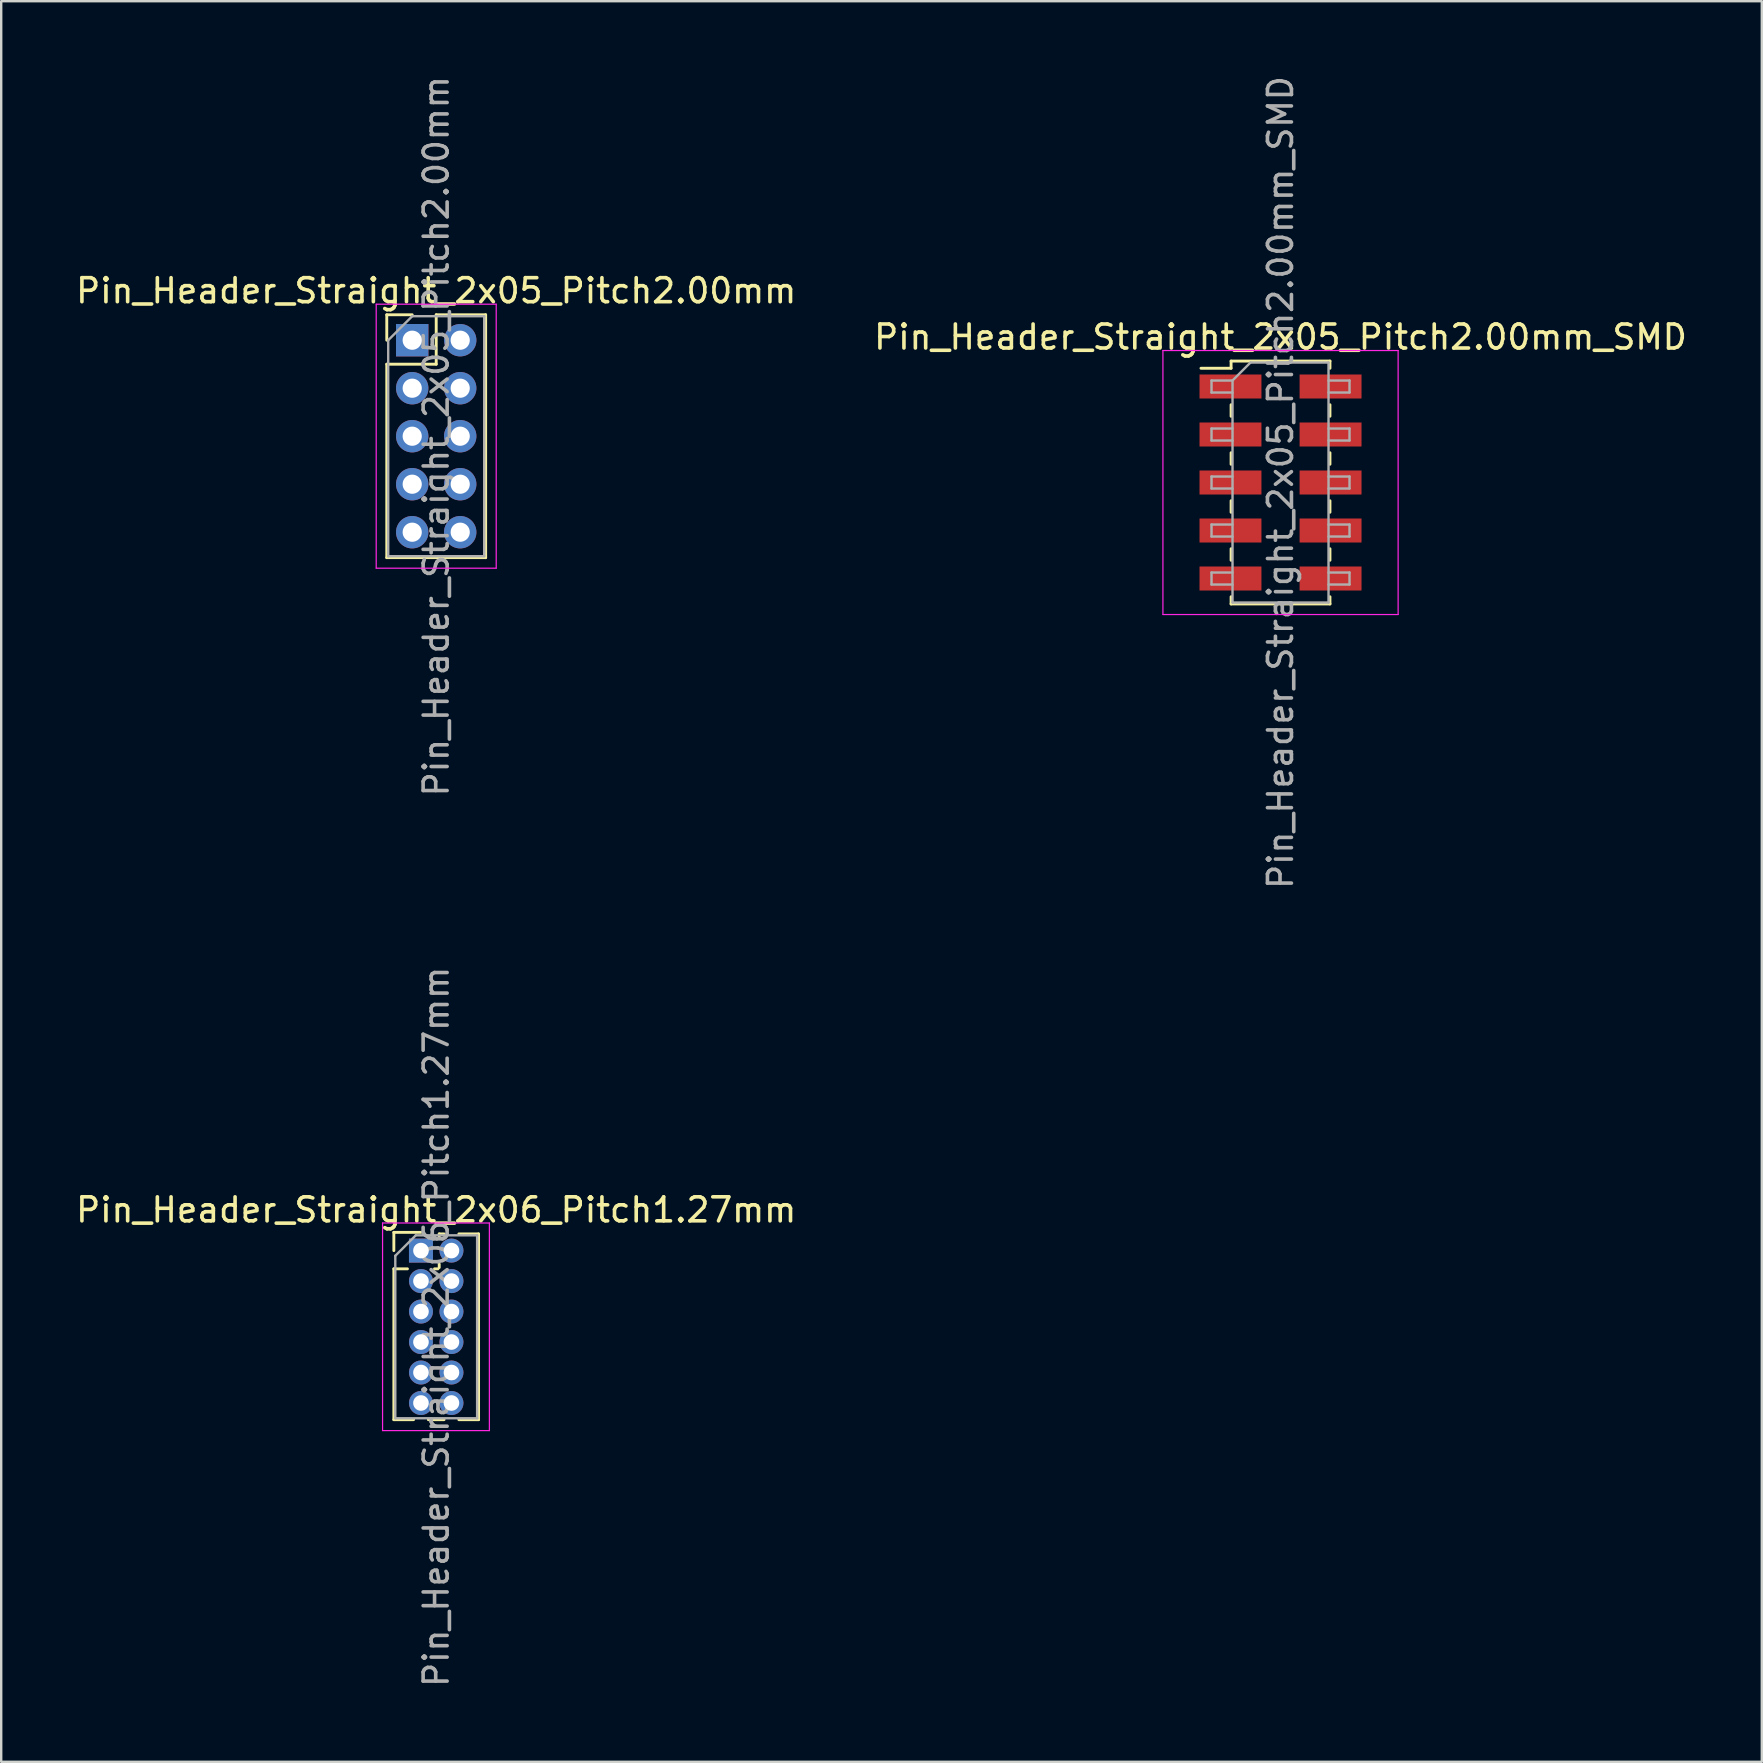
<source format=kicad_pcb>
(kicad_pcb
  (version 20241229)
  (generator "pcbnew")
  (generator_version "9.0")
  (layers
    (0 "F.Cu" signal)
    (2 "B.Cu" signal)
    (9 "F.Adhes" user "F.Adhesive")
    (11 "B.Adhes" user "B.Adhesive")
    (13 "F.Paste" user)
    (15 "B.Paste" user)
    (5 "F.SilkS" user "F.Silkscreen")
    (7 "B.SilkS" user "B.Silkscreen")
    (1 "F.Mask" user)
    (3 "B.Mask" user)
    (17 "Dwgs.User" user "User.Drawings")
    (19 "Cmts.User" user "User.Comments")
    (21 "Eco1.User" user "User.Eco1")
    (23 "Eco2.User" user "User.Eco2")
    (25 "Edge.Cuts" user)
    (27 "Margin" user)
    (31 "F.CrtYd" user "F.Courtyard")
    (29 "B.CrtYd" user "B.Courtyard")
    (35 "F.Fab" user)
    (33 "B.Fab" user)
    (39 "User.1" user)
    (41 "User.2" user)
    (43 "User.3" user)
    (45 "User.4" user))
  (footprint "Pin_Header_Straight_2x05_Pitch2.00mm_SMD"
    (layer "F.Cu")
    (at 50.304 17.054)
    (property "Reference" "Pin_Header_Straight_2x05_Pitch2.00mm_SMD" (at 0 -6.06 0) (layer "F.SilkS") (effects (font (size 1 1) (thickness 0.15))))
    (attr smd)
    (fp_line (start -3.315 -4.76) (end -2.06 -4.76) (stroke (width 0.12) (type solid)) (layer "F.SilkS"))
    (fp_line (start -2.06 -5.06) (end -2.06 -4.76) (stroke (width 0.12) (type solid)) (layer "F.SilkS"))
    (fp_line (start -2.06 -5.06) (end 2.06 -5.06) (stroke (width 0.12) (type solid)) (layer "F.SilkS"))
    (fp_line (start -2.06 -3.24) (end -2.06 -2.76) (stroke (width 0.12) (type solid)) (layer "F.SilkS"))
    (fp_line (start -2.06 -1.24) (end -2.06 -0.76) (stroke (width 0.12) (type solid)) (layer "F.SilkS"))
    (fp_line (start -2.06 0.76) (end -2.06 1.24) (stroke (width 0.12) (type solid)) (layer "F.SilkS"))
    (fp_line (start -2.06 2.76) (end -2.06 3.24) (stroke (width 0.12) (type solid)) (layer "F.SilkS"))
    (fp_line (start -2.06 4.76) (end -2.06 5.06) (stroke (width 0.12) (type solid)) (layer "F.SilkS"))
    (fp_line (start -2.06 5.06) (end 2.06 5.06) (stroke (width 0.12) (type solid)) (layer "F.SilkS"))
    (fp_line (start 2.06 -5.06) (end 2.06 -4.76) (stroke (width 0.12) (type solid)) (layer "F.SilkS"))
    (fp_line (start 2.06 -3.24) (end 2.06 -2.76) (stroke (width 0.12) (type solid)) (layer "F.SilkS"))
    (fp_line (start 2.06 -1.24) (end 2.06 -0.76) (stroke (width 0.12) (type solid)) (layer "F.SilkS"))
    (fp_line (start 2.06 0.76) (end 2.06 1.24) (stroke (width 0.12) (type solid)) (layer "F.SilkS"))
    (fp_line (start 2.06 2.76) (end 2.06 3.24) (stroke (width 0.12) (type solid)) (layer "F.SilkS"))
    (fp_line (start 2.06 4.76) (end 2.06 5.06) (stroke (width 0.12) (type solid)) (layer "F.SilkS"))
    (fp_line (start -4.9 -5.5) (end -4.9 5.5) (stroke (width 0.05) (type solid)) (layer "F.CrtYd"))
    (fp_line (start -4.9 5.5) (end 4.9 5.5) (stroke (width 0.05) (type solid)) (layer "F.CrtYd"))
    (fp_line (start 4.9 -5.5) (end -4.9 -5.5) (stroke (width 0.05) (type solid)) (layer "F.CrtYd"))
    (fp_line (start 4.9 5.5) (end 4.9 -5.5) (stroke (width 0.05) (type solid)) (layer "F.CrtYd"))
    (fp_line (start -2.875 -4.25) (end -2.875 -3.75) (stroke (width 0.1) (type solid)) (layer "F.Fab"))
    (fp_line (start -2.875 -3.75) (end -2 -3.75) (stroke (width 0.1) (type solid)) (layer "F.Fab"))
    (fp_line (start -2.875 -2.25) (end -2.875 -1.75) (stroke (width 0.1) (type solid)) (layer "F.Fab"))
    (fp_line (start -2.875 -1.75) (end -2 -1.75) (stroke (width 0.1) (type solid)) (layer "F.Fab"))
    (fp_line (start -2.875 -0.25) (end -2.875 0.25) (stroke (width 0.1) (type solid)) (layer "F.Fab"))
    (fp_line (start -2.875 0.25) (end -2 0.25) (stroke (width 0.1) (type solid)) (layer "F.Fab"))
    (fp_line (start -2.875 1.75) (end -2.875 2.25) (stroke (width 0.1) (type solid)) (layer "F.Fab"))
    (fp_line (start -2.875 2.25) (end -2 2.25) (stroke (width 0.1) (type solid)) (layer "F.Fab"))
    (fp_line (start -2.875 3.75) (end -2.875 4.25) (stroke (width 0.1) (type solid)) (layer "F.Fab"))
    (fp_line (start -2.875 4.25) (end -2 4.25) (stroke (width 0.1) (type solid)) (layer "F.Fab"))
    (fp_line (start -2 -4.25) (end -2.875 -4.25) (stroke (width 0.1) (type solid)) (layer "F.Fab"))
    (fp_line (start -2 -4.25) (end -1.25 -5) (stroke (width 0.1) (type solid)) (layer "F.Fab"))
    (fp_line (start -2 -2.25) (end -2.875 -2.25) (stroke (width 0.1) (type solid)) (layer "F.Fab"))
    (fp_line (start -2 -0.25) (end -2.875 -0.25) (stroke (width 0.1) (type solid)) (layer "F.Fab"))
    (fp_line (start -2 1.75) (end -2.875 1.75) (stroke (width 0.1) (type solid)) (layer "F.Fab"))
    (fp_line (start -2 3.75) (end -2.875 3.75) (stroke (width 0.1) (type solid)) (layer "F.Fab"))
    (fp_line (start -2 5) (end -2 -4.25) (stroke (width 0.1) (type solid)) (layer "F.Fab"))
    (fp_line (start -1.25 -5) (end 2 -5) (stroke (width 0.1) (type solid)) (layer "F.Fab"))
    (fp_line (start 2 -5) (end 2 5) (stroke (width 0.1) (type solid)) (layer "F.Fab"))
    (fp_line (start 2 -4.25) (end 2.875 -4.25) (stroke (width 0.1) (type solid)) (layer "F.Fab"))
    (fp_line (start 2 -2.25) (end 2.875 -2.25) (stroke (width 0.1) (type solid)) (layer "F.Fab"))
    (fp_line (start 2 -0.25) (end 2.875 -0.25) (stroke (width 0.1) (type solid)) (layer "F.Fab"))
    (fp_line (start 2 1.75) (end 2.875 1.75) (stroke (width 0.1) (type solid)) (layer "F.Fab"))
    (fp_line (start 2 3.75) (end 2.875 3.75) (stroke (width 0.1) (type solid)) (layer "F.Fab"))
    (fp_line (start 2 5) (end -2 5) (stroke (width 0.1) (type solid)) (layer "F.Fab"))
    (fp_line (start 2.875 -4.25) (end 2.875 -3.75) (stroke (width 0.1) (type solid)) (layer "F.Fab"))
    (fp_line (start 2.875 -3.75) (end 2 -3.75) (stroke (width 0.1) (type solid)) (layer "F.Fab"))
    (fp_line (start 2.875 -2.25) (end 2.875 -1.75) (stroke (width 0.1) (type solid)) (layer "F.Fab"))
    (fp_line (start 2.875 -1.75) (end 2 -1.75) (stroke (width 0.1) (type solid)) (layer "F.Fab"))
    (fp_line (start 2.875 -0.25) (end 2.875 0.25) (stroke (width 0.1) (type solid)) (layer "F.Fab"))
    (fp_line (start 2.875 0.25) (end 2 0.25) (stroke (width 0.1) (type solid)) (layer "F.Fab"))
    (fp_line (start 2.875 1.75) (end 2.875 2.25) (stroke (width 0.1) (type solid)) (layer "F.Fab"))
    (fp_line (start 2.875 2.25) (end 2 2.25) (stroke (width 0.1) (type solid)) (layer "F.Fab"))
    (fp_line (start 2.875 3.75) (end 2.875 4.25) (stroke (width 0.1) (type solid)) (layer "F.Fab"))
    (fp_line (start 2.875 4.25) (end 2 4.25) (stroke (width 0.1) (type solid)) (layer "F.Fab"))
    (fp_text user "${REFERENCE}" (at 0 0 90) (layer "F.Fab") (effects (font (size 1 1) (thickness 0.15))))
    (pad "1" smd rect (at -2.085 -4) (size 2.58 1) (layers "F.Cu" "F.Mask" "F.Paste"))
    (pad "2" smd rect (at 2.085 -4) (size 2.58 1) (layers "F.Cu" "F.Mask" "F.Paste"))
    (pad "3" smd rect (at -2.085 -2) (size 2.58 1) (layers "F.Cu" "F.Mask" "F.Paste"))
    (pad "4" smd rect (at 2.085 -2) (size 2.58 1) (layers "F.Cu" "F.Mask" "F.Paste"))
    (pad "5" smd rect (at -2.085 0) (size 2.58 1) (layers "F.Cu" "F.Mask" "F.Paste"))
    (pad "6" smd rect (at 2.085 0) (size 2.58 1) (layers "F.Cu" "F.Mask" "F.Paste"))
    (pad "7" smd rect (at -2.085 2) (size 2.58 1) (layers "F.Cu" "F.Mask" "F.Paste"))
    (pad "8" smd rect (at 2.085 2) (size 2.58 1) (layers "F.Cu" "F.Mask" "F.Paste"))
    (pad "9" smd rect (at -2.085 4) (size 2.58 1) (layers "F.Cu" "F.Mask" "F.Paste"))
    (pad "10" smd rect (at 2.085 4) (size 2.58 1) (layers "F.Cu" "F.Mask" "F.Paste")))
  (footprint "Pin_Header_Straight_2x05_Pitch2.00mm"
    (layer "F.Cu")
    (at 14.125 11.125)
    (property "Reference" "Pin_Header_Straight_2x05_Pitch2.00mm" (at 1 -2.06 0) (layer "F.SilkS") (effects (font (size 1 1) (thickness 0.15))))
    (attr through_hole)
    (fp_line (start -1.06 -1.06) (end 0 -1.06) (stroke (width 0.12) (type solid)) (layer "F.SilkS"))
    (fp_line (start -1.06 0) (end -1.06 -1.06) (stroke (width 0.12) (type solid)) (layer "F.SilkS"))
    (fp_line (start -1.06 1) (end -1.06 9.06) (stroke (width 0.12) (type solid)) (layer "F.SilkS"))
    (fp_line (start -1.06 1) (end 1 1) (stroke (width 0.12) (type solid)) (layer "F.SilkS"))
    (fp_line (start -1.06 9.06) (end 3.06 9.06) (stroke (width 0.12) (type solid)) (layer "F.SilkS"))
    (fp_line (start 1 -1.06) (end 3.06 -1.06) (stroke (width 0.12) (type solid)) (layer "F.SilkS"))
    (fp_line (start 1 1) (end 1 -1.06) (stroke (width 0.12) (type solid)) (layer "F.SilkS"))
    (fp_line (start 3.06 -1.06) (end 3.06 9.06) (stroke (width 0.12) (type solid)) (layer "F.SilkS"))
    (fp_line (start -1.5 -1.5) (end -1.5 9.5) (stroke (width 0.05) (type solid)) (layer "F.CrtYd"))
    (fp_line (start -1.5 9.5) (end 3.5 9.5) (stroke (width 0.05) (type solid)) (layer "F.CrtYd"))
    (fp_line (start 3.5 -1.5) (end -1.5 -1.5) (stroke (width 0.05) (type solid)) (layer "F.CrtYd"))
    (fp_line (start 3.5 9.5) (end 3.5 -1.5) (stroke (width 0.05) (type solid)) (layer "F.CrtYd"))
    (fp_line (start -1 0) (end 0 -1) (stroke (width 0.1) (type solid)) (layer "F.Fab"))
    (fp_line (start -1 9) (end -1 0) (stroke (width 0.1) (type solid)) (layer "F.Fab"))
    (fp_line (start 0 -1) (end 3 -1) (stroke (width 0.1) (type solid)) (layer "F.Fab"))
    (fp_line (start 3 -1) (end 3 9) (stroke (width 0.1) (type solid)) (layer "F.Fab"))
    (fp_line (start 3 9) (end -1 9) (stroke (width 0.1) (type solid)) (layer "F.Fab"))
    (fp_text user "${REFERENCE}" (at 1 4 90) (layer "F.Fab") (effects (font (size 1 1) (thickness 0.15))))
    (pad "1" thru_hole rect (at 0 0) (size 1.35 1.35) (drill 0.8) (layers "*.Cu" "*.Mask"))
    (pad "2" thru_hole oval (at 2 0) (size 1.35 1.35) (drill 0.8) (layers "*.Cu" "*.Mask"))
    (pad "3" thru_hole oval (at 0 2) (size 1.35 1.35) (drill 0.8) (layers "*.Cu" "*.Mask"))
    (pad "4" thru_hole oval (at 2 2) (size 1.35 1.35) (drill 0.8) (layers "*.Cu" "*.Mask"))
    (pad "5" thru_hole oval (at 0 4) (size 1.35 1.35) (drill 0.8) (layers "*.Cu" "*.Mask"))
    (pad "6" thru_hole oval (at 2 4) (size 1.35 1.35) (drill 0.8) (layers "*.Cu" "*.Mask"))
    (pad "7" thru_hole oval (at 0 6) (size 1.35 1.35) (drill 0.8) (layers "*.Cu" "*.Mask"))
    (pad "8" thru_hole oval (at 2 6) (size 1.35 1.35) (drill 0.8) (layers "*.Cu" "*.Mask"))
    (pad "9" thru_hole oval (at 0 8) (size 1.35 1.35) (drill 0.8) (layers "*.Cu" "*.Mask"))
    (pad "10" thru_hole oval (at 2 8) (size 1.35 1.35) (drill 0.8) (layers "*.Cu" "*.Mask")))
  (footprint "Pin_Header_Straight_2x06_Pitch1.27mm"
    (layer "F.Cu")
    (at 14.49 49.057)
    (property "Reference" "Pin_Header_Straight_2x06_Pitch1.27mm" (at 0.635 -1.695 0) (layer "F.SilkS") (effects (font (size 1 1) (thickness 0.15))))
    (attr through_hole)
    (fp_line (start -1.13 -0.76) (end 0 -0.76) (stroke (width 0.12) (type solid)) (layer "F.SilkS"))
    (fp_line (start -1.13 0) (end -1.13 -0.76) (stroke (width 0.12) (type solid)) (layer "F.SilkS"))
    (fp_line (start -1.13 0.76) (end -1.13 7.045) (stroke (width 0.12) (type solid)) (layer "F.SilkS"))
    (fp_line (start -1.13 0.76) (end -0.563 0.76) (stroke (width 0.12) (type solid)) (layer "F.SilkS"))
    (fp_line (start -1.13 7.045) (end -0.308 7.045) (stroke (width 0.12) (type solid)) (layer "F.SilkS"))
    (fp_line (start 0.308 7.045) (end 0.962 7.045) (stroke (width 0.12) (type solid)) (layer "F.SilkS"))
    (fp_line (start 0.563 0.76) (end 0.707 0.76) (stroke (width 0.12) (type solid)) (layer "F.SilkS"))
    (fp_line (start 0.76 -0.695) (end 0.962 -0.695) (stroke (width 0.12) (type solid)) (layer "F.SilkS"))
    (fp_line (start 0.76 -0.563) (end 0.76 -0.695) (stroke (width 0.12) (type solid)) (layer "F.SilkS"))
    (fp_line (start 0.76 0.707) (end 0.76 0.563) (stroke (width 0.12) (type solid)) (layer "F.SilkS"))
    (fp_line (start 1.578 -0.695) (end 2.4 -0.695) (stroke (width 0.12) (type solid)) (layer "F.SilkS"))
    (fp_line (start 1.578 7.045) (end 2.4 7.045) (stroke (width 0.12) (type solid)) (layer "F.SilkS"))
    (fp_line (start 2.4 -0.695) (end 2.4 7.045) (stroke (width 0.12) (type solid)) (layer "F.SilkS"))
    (fp_line (start -1.6 -1.15) (end -1.6 7.5) (stroke (width 0.05) (type solid)) (layer "F.CrtYd"))
    (fp_line (start -1.6 7.5) (end 2.85 7.5) (stroke (width 0.05) (type solid)) (layer "F.CrtYd"))
    (fp_line (start 2.85 -1.15) (end -1.6 -1.15) (stroke (width 0.05) (type solid)) (layer "F.CrtYd"))
    (fp_line (start 2.85 7.5) (end 2.85 -1.15) (stroke (width 0.05) (type solid)) (layer "F.CrtYd"))
    (fp_line (start -1.07 0.217) (end -0.217 -0.635) (stroke (width 0.1) (type solid)) (layer "F.Fab"))
    (fp_line (start -1.07 6.985) (end -1.07 0.217) (stroke (width 0.1) (type solid)) (layer "F.Fab"))
    (fp_line (start -0.217 -0.635) (end 2.34 -0.635) (stroke (width 0.1) (type solid)) (layer "F.Fab"))
    (fp_line (start 2.34 -0.635) (end 2.34 6.985) (stroke (width 0.1) (type solid)) (layer "F.Fab"))
    (fp_line (start 2.34 6.985) (end -1.07 6.985) (stroke (width 0.1) (type solid)) (layer "F.Fab"))
    (fp_text user "${REFERENCE}" (at 0.635 3.175 90) (layer "F.Fab") (effects (font (size 1 1) (thickness 0.15))))
    (pad "1" thru_hole rect (at 0 0) (size 1 1) (drill 0.65) (layers "*.Cu" "*.Mask"))
    (pad "2" thru_hole oval (at 1.27 0) (size 1 1) (drill 0.65) (layers "*.Cu" "*.Mask"))
    (pad "3" thru_hole oval (at 0 1.27) (size 1 1) (drill 0.65) (layers "*.Cu" "*.Mask"))
    (pad "4" thru_hole oval (at 1.27 1.27) (size 1 1) (drill 0.65) (layers "*.Cu" "*.Mask"))
    (pad "5" thru_hole oval (at 0 2.54) (size 1 1) (drill 0.65) (layers "*.Cu" "*.Mask"))
    (pad "6" thru_hole oval (at 1.27 2.54) (size 1 1) (drill 0.65) (layers "*.Cu" "*.Mask"))
    (pad "7" thru_hole oval (at 0 3.81) (size 1 1) (drill 0.65) (layers "*.Cu" "*.Mask"))
    (pad "8" thru_hole oval (at 1.27 3.81) (size 1 1) (drill 0.65) (layers "*.Cu" "*.Mask"))
    (pad "9" thru_hole oval (at 0 5.08) (size 1 1) (drill 0.65) (layers "*.Cu" "*.Mask"))
    (pad "10" thru_hole oval (at 1.27 5.08) (size 1 1) (drill 0.65) (layers "*.Cu" "*.Mask"))
    (pad "11" thru_hole oval (at 0 6.35) (size 1 1) (drill 0.65) (layers "*.Cu" "*.Mask"))
    (pad "12" thru_hole oval (at 1.27 6.35) (size 1 1) (drill 0.65) (layers "*.Cu" "*.Mask")))
  (gr_rect
    (start -3 -3)
    (end 70.357 70.357)
    (stroke (width 0.1) (type default))
    (fill no)
    (layer "Edge.Cuts")))
</source>
